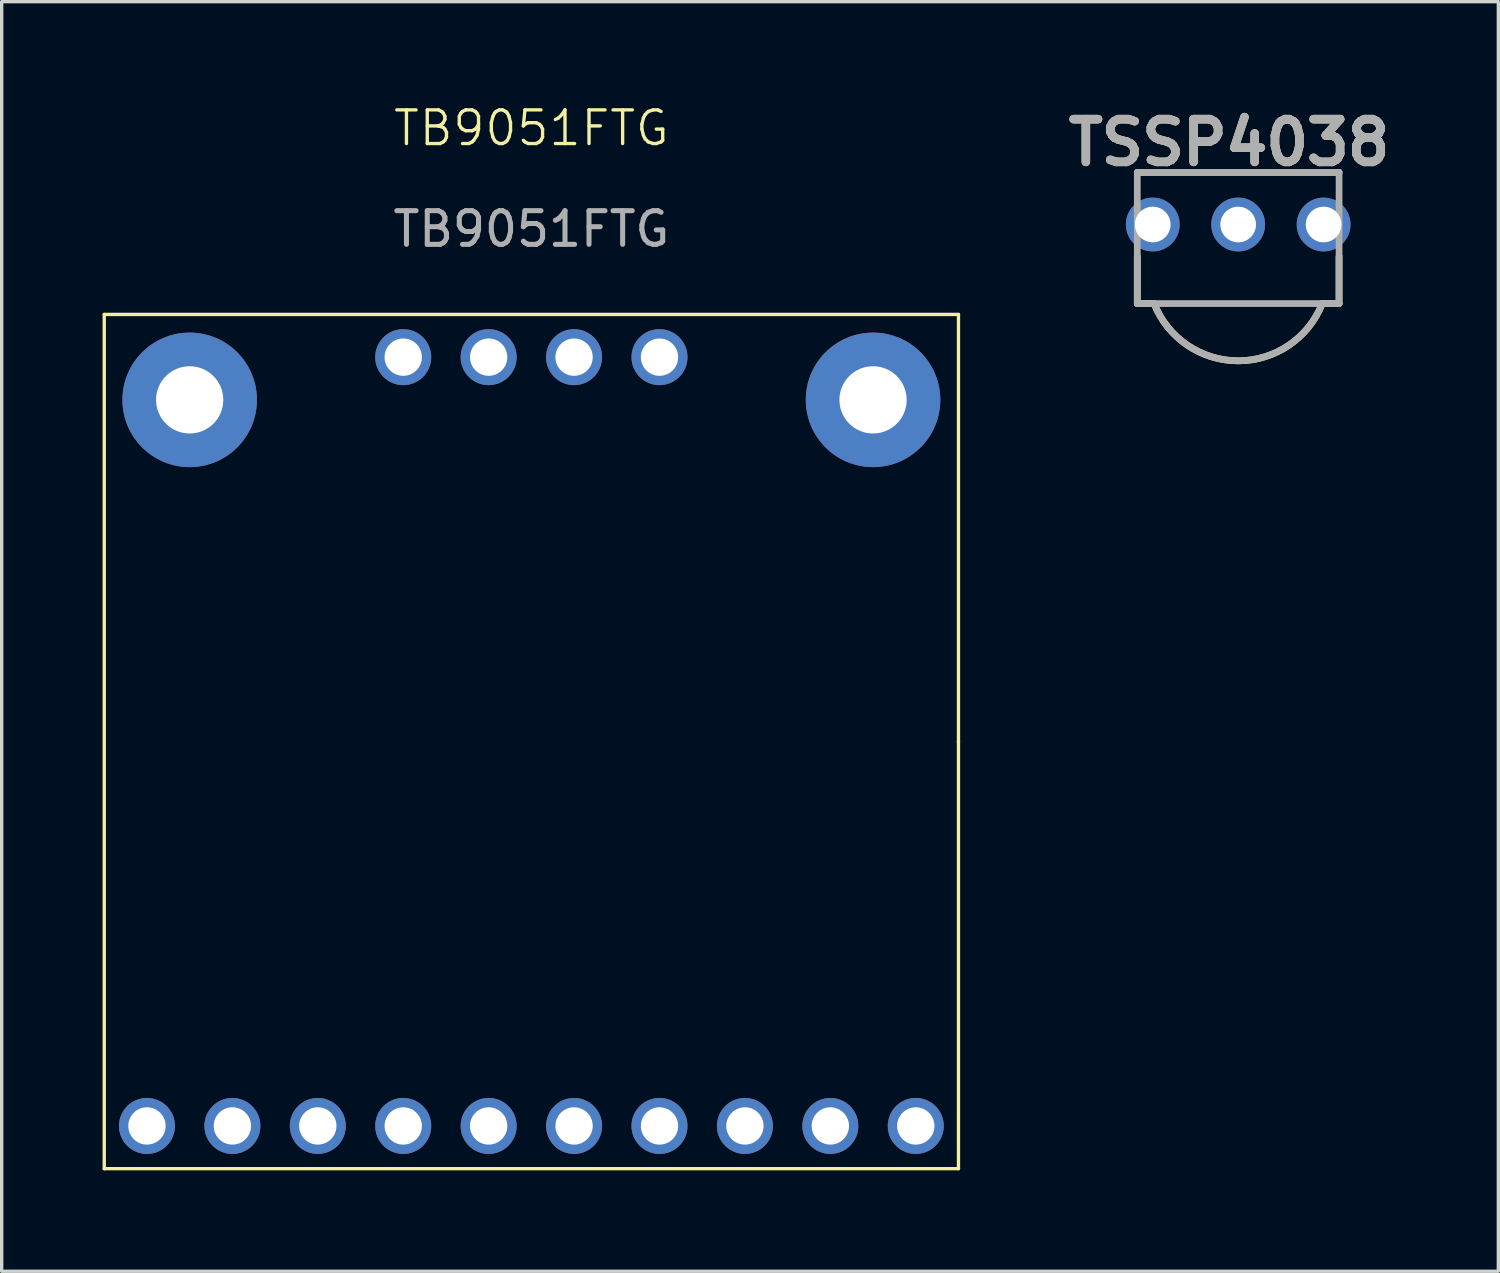
<source format=kicad_pcb>
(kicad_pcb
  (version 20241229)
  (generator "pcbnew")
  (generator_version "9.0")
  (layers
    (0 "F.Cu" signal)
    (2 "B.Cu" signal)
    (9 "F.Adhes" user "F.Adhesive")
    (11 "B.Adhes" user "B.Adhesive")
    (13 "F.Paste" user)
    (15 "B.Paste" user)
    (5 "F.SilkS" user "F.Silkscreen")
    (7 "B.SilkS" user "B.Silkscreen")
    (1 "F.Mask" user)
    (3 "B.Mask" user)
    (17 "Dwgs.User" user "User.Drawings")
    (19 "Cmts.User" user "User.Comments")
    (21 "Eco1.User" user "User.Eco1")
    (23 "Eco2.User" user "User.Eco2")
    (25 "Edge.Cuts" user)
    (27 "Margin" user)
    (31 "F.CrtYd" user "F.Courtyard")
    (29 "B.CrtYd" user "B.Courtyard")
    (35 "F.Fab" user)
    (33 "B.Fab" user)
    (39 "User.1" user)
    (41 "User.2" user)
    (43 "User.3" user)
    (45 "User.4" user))
  (footprint "TB9051FTG"
    (layer "F.Cu")
    (at 12.75 19)
    (property "Reference" "TB9051FTG" (at 0 -18.24 0) (unlocked yes) (layer "F.SilkS") (effects (font (size 1 1) (thickness 0.1))))
    (attr through_hole)
    (fp_line (start -12.7 -12.7) (end 12.7 -12.7) (stroke (width 0.1) (type default)) (layer "F.SilkS"))
    (fp_line (start -12.7 12.7) (end -12.7 -12.7) (stroke (width 0.1) (type default)) (layer "F.SilkS"))
    (fp_line (start 12.7 0) (end 12.7 -12.7) (stroke (width 0.1) (type default)) (layer "F.SilkS"))
    (fp_line (start 12.7 0) (end 12.7 12.7) (stroke (width 0.1) (type default)) (layer "F.SilkS"))
    (fp_line (start 12.7 12.7) (end -12.7 12.7) (stroke (width 0.1) (type default)) (layer "F.SilkS"))
    (fp_text user "${REFERENCE}" (at 0 -15.24 0) (unlocked yes) (layer "F.Fab") (effects (font (size 1 1) (thickness 0.15))))
    (pad "0" thru_hole circle (at -10.16 -10.16) (size 4 4) (drill 2) (layers "*.Cu" "*.Mask"))
    (pad "0" thru_hole circle (at 10.16 -10.16) (size 4 4) (drill 2) (layers "*.Cu" "*.Mask"))
    (pad "1" thru_hole circle (at -3.81 -11.43) (size 1.665 1.665) (drill 1.11) (layers "*.Cu" "*.Mask"))
    (pad "2" thru_hole circle (at -1.27 -11.43) (size 1.665 1.665) (drill 1.11) (layers "*.Cu" "*.Mask"))
    (pad "3" thru_hole circle (at 1.27 -11.43) (size 1.665 1.665) (drill 1.11) (layers "*.Cu" "*.Mask"))
    (pad "4" thru_hole circle (at 3.81 -11.43) (size 1.665 1.665) (drill 1.11) (layers "*.Cu" "*.Mask"))
    (pad "5" thru_hole circle (at -11.43 11.43) (size 1.665 1.665) (drill 1.11) (layers "*.Cu" "*.Mask"))
    (pad "6" thru_hole circle (at -8.89 11.43) (size 1.665 1.665) (drill 1.11) (layers "*.Cu" "*.Mask"))
    (pad "7" thru_hole circle (at -6.35 11.43) (size 1.665 1.665) (drill 1.11) (layers "*.Cu" "*.Mask"))
    (pad "8" thru_hole circle (at -3.81 11.43) (size 1.665 1.665) (drill 1.11) (layers "*.Cu" "*.Mask"))
    (pad "9" thru_hole circle (at -1.27 11.43) (size 1.665 1.665) (drill 1.11) (layers "*.Cu" "*.Mask"))
    (pad "10" thru_hole circle (at 1.27 11.43) (size 1.665 1.665) (drill 1.11) (layers "*.Cu" "*.Mask"))
    (pad "11" thru_hole circle (at 3.81 11.43) (size 1.665 1.665) (drill 1.11) (layers "*.Cu" "*.Mask"))
    (pad "12" thru_hole circle (at 6.35 11.43) (size 1.665 1.665) (drill 1.11) (layers "*.Cu" "*.Mask"))
    (pad "13" thru_hole circle (at 8.89 11.43) (size 1.665 1.665) (drill 1.11) (layers "*.Cu" "*.Mask"))
    (pad "14" thru_hole circle (at 11.43 11.43) (size 1.665 1.665) (drill 1.11) (layers "*.Cu" "*.Mask")))
  (footprint "TSSP4038"
    (layer "F.Cu")
    (at 33.767 2.076)
    (property "Reference" "TSSP4038" (at -0.266 -0.887 0) (layer "F.SilkS") (effects (font (size 1.27 1.27) (thickness 0.254))))
    (attr through_hole)
    (fp_line (start -3 0) (end 3 0) (stroke (width 0.2) (type solid)) (layer "F.SilkS"))
    (fp_line (start -3 3.9) (end -3 2.495) (stroke (width 0.2) (type solid)) (layer "F.SilkS"))
    (fp_line (start -3 3.9) (end -2.5 3.9) (stroke (width 0.2) (type solid)) (layer "F.SilkS"))
    (fp_line (start 3 3.9) (end 2.5 3.9) (stroke (width 0.2) (type solid)) (layer "F.SilkS"))
    (fp_line (start 3 3.9) (end 3 2.495) (stroke (width 0.2) (type solid)) (layer "F.SilkS"))
    (fp_arc (start 2.5 3.9) (mid -0.001152 5.603001) (end -2.500843 3.897855) (stroke (width 0.2) (type solid)) (layer "F.SilkS"))
    (fp_line (start -3 0) (end 3 0) (stroke (width 0.2) (type solid)) (layer "F.Fab"))
    (fp_line (start -3 3.9) (end -3 0) (stroke (width 0.2) (type solid)) (layer "F.Fab"))
    (fp_line (start 3 0) (end 3 3.9) (stroke (width 0.2) (type solid)) (layer "F.Fab"))
    (fp_line (start 3 3.9) (end -3 3.9) (stroke (width 0.2) (type solid)) (layer "F.Fab"))
    (fp_arc (start 2.499174 3.902097) (mid -0.001127 5.602957) (end -2.5 3.9) (stroke (width 0.2) (type solid)) (layer "F.Fab"))
    (fp_text user "${REFERENCE}" (at -0.266 -0.887 0) (layer "F.Fab") (effects (font (size 1.27 1.27) (thickness 0.254))))
    (pad "1" thru_hole circle (at -2.54 1.55) (size 1.6 1.6) (drill 1.06) (layers "*.Cu" "*.Mask"))
    (pad "2" thru_hole circle (at 0 1.55) (size 1.6 1.6) (drill 1.06) (layers "*.Cu" "*.Mask"))
    (pad "3" thru_hole circle (at 2.54 1.55) (size 1.6 1.6) (drill 1.06) (layers "*.Cu" "*.Mask")))
  (gr_rect
    (start -3 -3)
    (end 41.503 34.751)
    (stroke (width 0.1) (type default))
    (fill no)
    (layer "Edge.Cuts")))
</source>
